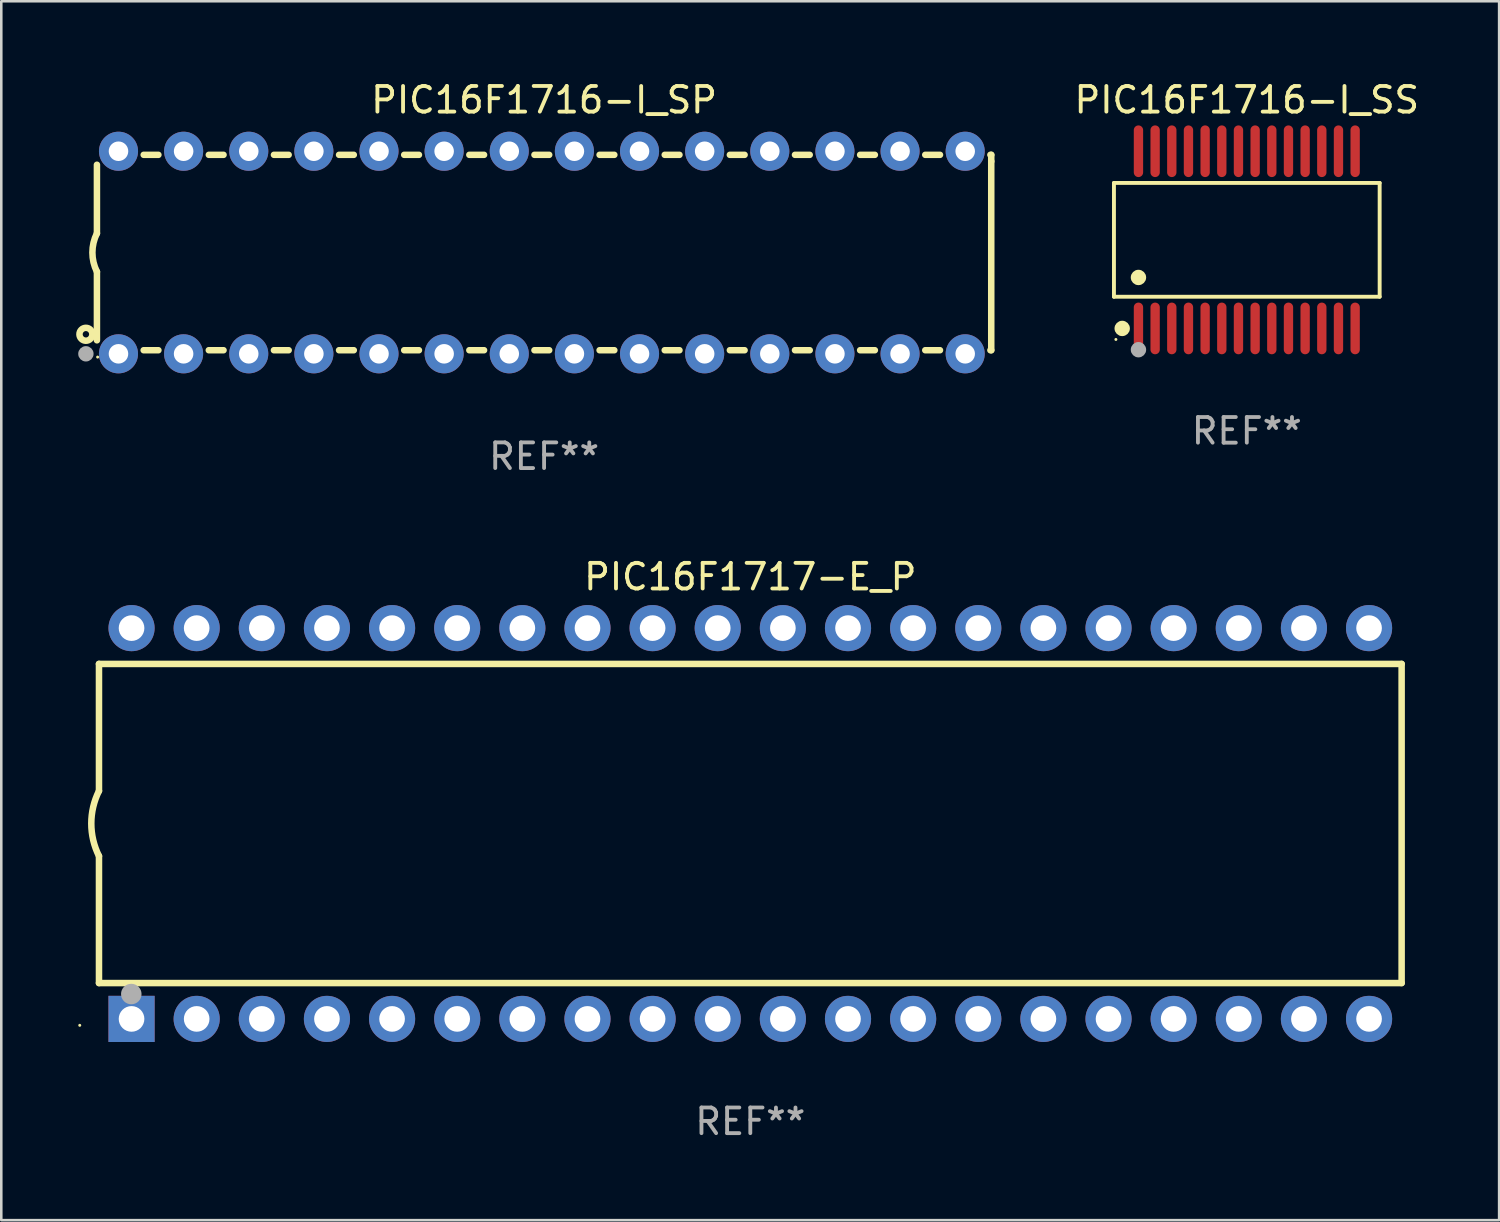
<source format=kicad_pcb>
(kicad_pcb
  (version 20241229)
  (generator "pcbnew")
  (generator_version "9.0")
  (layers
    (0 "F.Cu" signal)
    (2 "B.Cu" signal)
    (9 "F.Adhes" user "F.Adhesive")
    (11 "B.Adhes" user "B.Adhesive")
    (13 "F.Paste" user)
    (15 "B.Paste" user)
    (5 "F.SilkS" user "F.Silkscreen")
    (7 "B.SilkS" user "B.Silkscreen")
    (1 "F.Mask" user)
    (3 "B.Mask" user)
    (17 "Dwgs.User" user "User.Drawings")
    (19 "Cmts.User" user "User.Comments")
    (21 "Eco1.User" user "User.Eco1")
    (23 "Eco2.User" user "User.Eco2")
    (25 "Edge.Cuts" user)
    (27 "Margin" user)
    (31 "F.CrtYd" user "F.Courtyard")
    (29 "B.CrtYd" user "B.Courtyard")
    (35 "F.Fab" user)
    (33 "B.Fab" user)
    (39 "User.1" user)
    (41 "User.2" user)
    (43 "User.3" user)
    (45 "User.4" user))
  (footprint "PIC16F1716-I_SP"
    (layer "F.Cu")
    (at 18.168 6.798)
    (property "Reference" "PIC16F1716-I_SP" (at 0 -5.95 0) (layer "F.SilkS") (effects (font (size 1 1) (thickness 0.15))))
    (attr through_hole)
    (fp_line (start -17.438 0.75) (end -17.438 3.423) (stroke (width 0.254) (type solid)) (layer "F.SilkS"))
    (fp_line (start -17.438 -3.423) (end -17.438 -0.75) (stroke (width 0.254) (type solid)) (layer "F.SilkS"))
    (fp_line (start -15.615 3.81) (end -15.041 3.81) (stroke (width 0.254) (type solid)) (layer "F.SilkS"))
    (fp_line (start -15.041 -3.81) (end -15.614 -3.81) (stroke (width 0.254) (type solid)) (layer "F.SilkS"))
    (fp_line (start -13.075 3.81) (end -12.501 3.81) (stroke (width 0.254) (type solid)) (layer "F.SilkS"))
    (fp_line (start -12.501 -3.81) (end -13.074 -3.81) (stroke (width 0.254) (type solid)) (layer "F.SilkS"))
    (fp_line (start -10.535 3.81) (end -9.961 3.81) (stroke (width 0.254) (type solid)) (layer "F.SilkS"))
    (fp_line (start -9.961 -3.81) (end -10.534 -3.81) (stroke (width 0.254) (type solid)) (layer "F.SilkS"))
    (fp_line (start -7.995 3.81) (end -7.421 3.81) (stroke (width 0.254) (type solid)) (layer "F.SilkS"))
    (fp_line (start -7.421 -3.81) (end -7.995 -3.81) (stroke (width 0.254) (type solid)) (layer "F.SilkS"))
    (fp_line (start -5.455 3.81) (end -4.881 3.81) (stroke (width 0.254) (type solid)) (layer "F.SilkS"))
    (fp_line (start -4.881 -3.81) (end -5.455 -3.81) (stroke (width 0.254) (type solid)) (layer "F.SilkS"))
    (fp_line (start -2.915 3.81) (end -2.341 3.81) (stroke (width 0.254) (type solid)) (layer "F.SilkS"))
    (fp_line (start -2.341 -3.81) (end -2.915 -3.81) (stroke (width 0.254) (type solid)) (layer "F.SilkS"))
    (fp_line (start -0.375 3.81) (end 0.199 3.81) (stroke (width 0.254) (type solid)) (layer "F.SilkS"))
    (fp_line (start 0.199 -3.81) (end -0.375 -3.81) (stroke (width 0.254) (type solid)) (layer "F.SilkS"))
    (fp_line (start 2.165 3.81) (end 2.739 3.81) (stroke (width 0.254) (type solid)) (layer "F.SilkS"))
    (fp_line (start 2.739 -3.81) (end 2.165 -3.81) (stroke (width 0.254) (type solid)) (layer "F.SilkS"))
    (fp_line (start 4.705 3.81) (end 5.279 3.81) (stroke (width 0.254) (type solid)) (layer "F.SilkS"))
    (fp_line (start 5.279 -3.81) (end 4.705 -3.81) (stroke (width 0.254) (type solid)) (layer "F.SilkS"))
    (fp_line (start 7.245 3.81) (end 7.819 3.81) (stroke (width 0.254) (type solid)) (layer "F.SilkS"))
    (fp_line (start 7.819 -3.81) (end 7.245 -3.81) (stroke (width 0.254) (type solid)) (layer "F.SilkS"))
    (fp_line (start 9.785 3.81) (end 10.359 3.81) (stroke (width 0.254) (type solid)) (layer "F.SilkS"))
    (fp_line (start 10.359 -3.81) (end 9.785 -3.81) (stroke (width 0.254) (type solid)) (layer "F.SilkS"))
    (fp_line (start 12.325 3.81) (end 12.899 3.81) (stroke (width 0.254) (type solid)) (layer "F.SilkS"))
    (fp_line (start 12.899 -3.81) (end 12.325 -3.81) (stroke (width 0.254) (type solid)) (layer "F.SilkS"))
    (fp_line (start 14.865 3.81) (end 15.439 3.81) (stroke (width 0.254) (type solid)) (layer "F.SilkS"))
    (fp_line (start 15.439 -3.81) (end 14.865 -3.81) (stroke (width 0.254) (type solid)) (layer "F.SilkS"))
    (fp_line (start 17.405 3.81) (end 17.438 3.81) (stroke (width 0.254) (type solid)) (layer "F.SilkS"))
    (fp_line (start 17.438 -3.81) (end 17.405 -3.81) (stroke (width 0.254) (type solid)) (layer "F.SilkS"))
    (fp_line (start 17.438 -3.556) (end 17.438 -3.81) (stroke (width 0.254) (type solid)) (layer "F.SilkS"))
    (fp_line (start 17.438 3.81) (end 17.438 -3.556) (stroke (width 0.254) (type solid)) (layer "F.SilkS"))
    (fp_arc (start -17.437986 0.749657) (mid -17.614887 -0.000024) (end -17.437783 -0.749657) (stroke (width 0.254001) (type solid)) (layer "F.SilkS"))
    (fp_circle (center -17.868 3.188) (end -17.743 3.188) (stroke (width 0.254) (type solid)) (fill no) (layer "F.SilkS"))
    (fp_circle (center -17.411 4.077) (end -17.381 4.077) (stroke (width 0.06) (type solid)) (fill no) (layer "F.SilkS"))
    (fp_circle (center -17.868 3.95) (end -17.718 3.95) (stroke (width 0.3) (type solid)) (fill no) (layer "F.Fab"))
    (fp_text user "REF**" (at 0 7.95 0) (layer "F.Fab") (effects (font (size 1 1) (thickness 0.15))))
    (pad "1" thru_hole circle (at -16.598 3.95) (size 1.524 1.524) (drill 0.762) (layers "*.Cu" "*.Mask"))
    (pad "2" thru_hole circle (at -14.058 3.95) (size 1.524 1.524) (drill 0.762) (layers "*.Cu" "*.Mask"))
    (pad "3" thru_hole circle (at -11.518 3.95) (size 1.524 1.524) (drill 0.762) (layers "*.Cu" "*.Mask"))
    (pad "4" thru_hole circle (at -8.978 3.95) (size 1.524 1.524) (drill 0.762) (layers "*.Cu" "*.Mask"))
    (pad "5" thru_hole circle (at -6.438 3.95) (size 1.524 1.524) (drill 0.762) (layers "*.Cu" "*.Mask"))
    (pad "6" thru_hole circle (at -3.898 3.95) (size 1.524 1.524) (drill 0.762) (layers "*.Cu" "*.Mask"))
    (pad "7" thru_hole circle (at -1.358 3.95) (size 1.524 1.524) (drill 0.762) (layers "*.Cu" "*.Mask"))
    (pad "8" thru_hole circle (at 1.182 3.95) (size 1.524 1.524) (drill 0.762) (layers "*.Cu" "*.Mask"))
    (pad "9" thru_hole circle (at 3.722 3.95) (size 1.524 1.524) (drill 0.762) (layers "*.Cu" "*.Mask"))
    (pad "10" thru_hole circle (at 6.262 3.95) (size 1.524 1.524) (drill 0.762) (layers "*.Cu" "*.Mask"))
    (pad "11" thru_hole circle (at 8.802 3.95) (size 1.524 1.524) (drill 0.762) (layers "*.Cu" "*.Mask"))
    (pad "12" thru_hole circle (at 11.342 3.95) (size 1.524 1.524) (drill 0.762) (layers "*.Cu" "*.Mask"))
    (pad "13" thru_hole circle (at 13.882 3.95) (size 1.524 1.524) (drill 0.762) (layers "*.Cu" "*.Mask"))
    (pad "14" thru_hole circle (at 16.422 3.95) (size 1.524 1.524) (drill 0.762) (layers "*.Cu" "*.Mask"))
    (pad "15" thru_hole circle (at 16.422 -3.95) (size 1.524 1.524) (drill 0.762) (layers "*.Cu" "*.Mask"))
    (pad "16" thru_hole circle (at 13.882 -3.95) (size 1.524 1.524) (drill 0.762) (layers "*.Cu" "*.Mask"))
    (pad "17" thru_hole circle (at 11.342 -3.95) (size 1.524 1.524) (drill 0.762) (layers "*.Cu" "*.Mask"))
    (pad "18" thru_hole circle (at 8.802 -3.95) (size 1.524 1.524) (drill 0.762) (layers "*.Cu" "*.Mask"))
    (pad "19" thru_hole circle (at 6.262 -3.95) (size 1.524 1.524) (drill 0.762) (layers "*.Cu" "*.Mask"))
    (pad "20" thru_hole circle (at 3.722 -3.95) (size 1.524 1.524) (drill 0.762) (layers "*.Cu" "*.Mask"))
    (pad "21" thru_hole circle (at 1.182 -3.95) (size 1.524 1.524) (drill 0.762) (layers "*.Cu" "*.Mask"))
    (pad "22" thru_hole circle (at -1.358 -3.95) (size 1.524 1.524) (drill 0.762) (layers "*.Cu" "*.Mask"))
    (pad "23" thru_hole circle (at -3.898 -3.95) (size 1.524 1.524) (drill 0.762) (layers "*.Cu" "*.Mask"))
    (pad "24" thru_hole circle (at -6.438 -3.95) (size 1.524 1.524) (drill 0.762) (layers "*.Cu" "*.Mask"))
    (pad "25" thru_hole circle (at -8.978 -3.95) (size 1.524 1.524) (drill 0.762) (layers "*.Cu" "*.Mask"))
    (pad "26" thru_hole circle (at -11.517 -3.95) (size 1.524 1.524) (drill 0.762) (layers "*.Cu" "*.Mask"))
    (pad "27" thru_hole circle (at -14.057 -3.95) (size 1.524 1.524) (drill 0.762) (layers "*.Cu" "*.Mask"))
    (pad "28" thru_hole circle (at -16.597 -3.95) (size 1.524 1.524) (drill 0.762) (layers "*.Cu" "*.Mask")))
  (footprint "PIC16F1716-I_SS"
    (layer "F.Cu")
    (at 45.572 6.303)
    (property "Reference" "PIC16F1716-I_SS" (at 0 -5.455 0) (layer "F.SilkS") (effects (font (size 1 1) (thickness 0.15))))
    (attr through_hole)
    (fp_line (start -5.181 -2.219) (end 5.181 -2.219) (stroke (width 0.152) (type solid)) (layer "F.SilkS"))
    (fp_line (start -5.181 2.219) (end -5.181 -2.219) (stroke (width 0.152) (type solid)) (layer "F.SilkS"))
    (fp_line (start 5.181 -2.219) (end 5.181 2.219) (stroke (width 0.152) (type solid)) (layer "F.SilkS"))
    (fp_line (start 5.181 2.219) (end -5.181 2.219) (stroke (width 0.152) (type solid)) (layer "F.SilkS"))
    (fp_circle (center -5.105 3.885) (end -5.075 3.885) (stroke (width 0.06) (type solid)) (fill no) (layer "F.SilkS"))
    (fp_circle (center -4.859 3.455) (end -4.709 3.455) (stroke (width 0.3) (type solid)) (fill no) (layer "F.SilkS"))
    (fp_circle (center -4.225 1.467) (end -4.075 1.467) (stroke (width 0.3) (type solid)) (fill no) (layer "F.SilkS"))
    (fp_circle (center -4.225 4.285) (end -4.075 4.285) (stroke (width 0.3) (type solid)) (fill no) (layer "F.Fab"))
    (fp_text user "REF**" (at 0 7.455 0) (layer "F.Fab") (effects (font (size 1 1) (thickness 0.15))))
    (pad "1" smd oval (at -4.225 3.455) (size 0.364 2.015) (layers "F.Cu" "F.Mask" "F.Paste"))
    (pad "2" smd oval (at -3.575 3.455) (size 0.364 2.015) (layers "F.Cu" "F.Mask" "F.Paste"))
    (pad "3" smd oval (at -2.925 3.455) (size 0.364 2.015) (layers "F.Cu" "F.Mask" "F.Paste"))
    (pad "4" smd oval (at -2.275 3.455) (size 0.364 2.015) (layers "F.Cu" "F.Mask" "F.Paste"))
    (pad "5" smd oval (at -1.625 3.455) (size 0.364 2.015) (layers "F.Cu" "F.Mask" "F.Paste"))
    (pad "6" smd oval (at -0.975 3.455) (size 0.364 2.015) (layers "F.Cu" "F.Mask" "F.Paste"))
    (pad "7" smd oval (at -0.325 3.455) (size 0.364 2.015) (layers "F.Cu" "F.Mask" "F.Paste"))
    (pad "8" smd oval (at 0.325 3.455) (size 0.364 2.015) (layers "F.Cu" "F.Mask" "F.Paste"))
    (pad "9" smd oval (at 0.975 3.455) (size 0.364 2.015) (layers "F.Cu" "F.Mask" "F.Paste"))
    (pad "10" smd oval (at 1.625 3.455) (size 0.364 2.015) (layers "F.Cu" "F.Mask" "F.Paste"))
    (pad "11" smd oval (at 2.275 3.455) (size 0.364 2.015) (layers "F.Cu" "F.Mask" "F.Paste"))
    (pad "12" smd oval (at 2.925 3.455) (size 0.364 2.015) (layers "F.Cu" "F.Mask" "F.Paste"))
    (pad "13" smd oval (at 3.575 3.455) (size 0.364 2.015) (layers "F.Cu" "F.Mask" "F.Paste"))
    (pad "14" smd oval (at 4.225 3.455) (size 0.364 2.015) (layers "F.Cu" "F.Mask" "F.Paste"))
    (pad "15" smd oval (at 4.225 -3.455) (size 0.364 2.015) (layers "F.Cu" "F.Mask" "F.Paste"))
    (pad "16" smd oval (at 3.575 -3.455) (size 0.364 2.015) (layers "F.Cu" "F.Mask" "F.Paste"))
    (pad "17" smd oval (at 2.925 -3.455) (size 0.364 2.015) (layers "F.Cu" "F.Mask" "F.Paste"))
    (pad "18" smd oval (at 2.275 -3.455) (size 0.364 2.015) (layers "F.Cu" "F.Mask" "F.Paste"))
    (pad "19" smd oval (at 1.625 -3.455) (size 0.364 2.015) (layers "F.Cu" "F.Mask" "F.Paste"))
    (pad "20" smd oval (at 0.975 -3.455) (size 0.364 2.015) (layers "F.Cu" "F.Mask" "F.Paste"))
    (pad "21" smd oval (at 0.325 -3.455) (size 0.364 2.015) (layers "F.Cu" "F.Mask" "F.Paste"))
    (pad "22" smd oval (at -0.325 -3.455) (size 0.364 2.015) (layers "F.Cu" "F.Mask" "F.Paste"))
    (pad "23" smd oval (at -0.975 -3.455) (size 0.364 2.015) (layers "F.Cu" "F.Mask" "F.Paste"))
    (pad "24" smd oval (at -1.625 -3.455) (size 0.364 2.015) (layers "F.Cu" "F.Mask" "F.Paste"))
    (pad "25" smd oval (at -2.275 -3.455) (size 0.364 2.015) (layers "F.Cu" "F.Mask" "F.Paste"))
    (pad "26" smd oval (at -2.925 -3.455) (size 0.364 2.015) (layers "F.Cu" "F.Mask" "F.Paste"))
    (pad "27" smd oval (at -3.575 -3.455) (size 0.364 2.015) (layers "F.Cu" "F.Mask" "F.Paste"))
    (pad "28" smd oval (at -4.225 -3.455) (size 0.364 2.015) (layers "F.Cu" "F.Mask" "F.Paste")))
  (footprint "PIC16F1717-E_P"
    (layer "F.Cu")
    (at 26.21 29.065)
    (property "Reference" "PIC16F1717-E_P" (at 0 -9.62 0) (layer "F.SilkS") (effects (font (size 1 1) (thickness 0.15))))
    (attr through_hole)
    (fp_line (start -25.4 -6.224) (end -25.4 -1.271) (stroke (width 0.254) (type solid)) (layer "F.SilkS"))
    (fp_line (start -25.4 -6.224) (end 25.4 -6.224) (stroke (width 0.254) (type solid)) (layer "F.SilkS"))
    (fp_line (start -25.4 1.269) (end -25.4 6.222) (stroke (width 0.254) (type solid)) (layer "F.SilkS"))
    (fp_line (start -25.4 6.222) (end 25.4 6.222) (stroke (width 0.254) (type solid)) (layer "F.SilkS"))
    (fp_line (start 25.4 6.222) (end 25.4 -6.224) (stroke (width 0.254) (type solid)) (layer "F.SilkS"))
    (fp_arc (start -25.4 1.269241) (mid -25.699807 -0.000762) (end -25.4 -1.270765) (stroke (width 0.254001) (type solid)) (layer "F.SilkS"))
    (fp_circle (center -26.15 7.87) (end -26.12 7.87) (stroke (width 0.06) (type solid)) (fill no) (layer "F.SilkS"))
    (fp_circle (center -24.14 6.65) (end -23.94 6.65) (stroke (width 0.4) (type solid)) (fill no) (layer "F.Fab"))
    (fp_text user "REF**" (at 0 11.62 0) (layer "F.Fab") (effects (font (size 1 1) (thickness 0.15))))
    (pad "1" thru_hole rect (at -24.13 7.62 90) (size 1.8 1.8) (drill 1) (layers "*.Cu" "*.Mask"))
    (pad "2" thru_hole circle (at -21.59 7.62) (size 1.8 1.8) (drill 1) (layers "*.Cu" "*.Mask"))
    (pad "3" thru_hole circle (at -19.05 7.62) (size 1.8 1.8) (drill 1) (layers "*.Cu" "*.Mask"))
    (pad "4" thru_hole circle (at -16.51 7.62) (size 1.8 1.8) (drill 1) (layers "*.Cu" "*.Mask"))
    (pad "5" thru_hole circle (at -13.97 7.62) (size 1.8 1.8) (drill 1) (layers "*.Cu" "*.Mask"))
    (pad "6" thru_hole circle (at -11.43 7.62) (size 1.8 1.8) (drill 1) (layers "*.Cu" "*.Mask"))
    (pad "7" thru_hole circle (at -8.89 7.62) (size 1.8 1.8) (drill 1) (layers "*.Cu" "*.Mask"))
    (pad "8" thru_hole circle (at -6.35 7.62) (size 1.8 1.8) (drill 1) (layers "*.Cu" "*.Mask"))
    (pad "9" thru_hole circle (at -3.81 7.62) (size 1.8 1.8) (drill 1) (layers "*.Cu" "*.Mask"))
    (pad "10" thru_hole circle (at -1.27 7.62) (size 1.8 1.8) (drill 1) (layers "*.Cu" "*.Mask"))
    (pad "11" thru_hole circle (at 1.27 7.62) (size 1.8 1.8) (drill 1) (layers "*.Cu" "*.Mask"))
    (pad "12" thru_hole circle (at 3.81 7.62) (size 1.8 1.8) (drill 1) (layers "*.Cu" "*.Mask"))
    (pad "13" thru_hole circle (at 6.35 7.62) (size 1.8 1.8) (drill 1) (layers "*.Cu" "*.Mask"))
    (pad "14" thru_hole circle (at 8.89 7.62) (size 1.8 1.8) (drill 1) (layers "*.Cu" "*.Mask"))
    (pad "15" thru_hole circle (at 11.43 7.62) (size 1.8 1.8) (drill 1) (layers "*.Cu" "*.Mask"))
    (pad "16" thru_hole circle (at 13.97 7.62) (size 1.8 1.8) (drill 1) (layers "*.Cu" "*.Mask"))
    (pad "17" thru_hole circle (at 16.51 7.62) (size 1.8 1.8) (drill 1) (layers "*.Cu" "*.Mask"))
    (pad "18" thru_hole circle (at 19.05 7.62) (size 1.8 1.8) (drill 1) (layers "*.Cu" "*.Mask"))
    (pad "19" thru_hole circle (at 21.59 7.62) (size 1.8 1.8) (drill 1) (layers "*.Cu" "*.Mask"))
    (pad "20" thru_hole circle (at 24.13 7.62) (size 1.8 1.8) (drill 1) (layers "*.Cu" "*.Mask"))
    (pad "21" thru_hole circle (at 24.13 -7.62) (size 1.8 1.8) (drill 1) (layers "*.Cu" "*.Mask"))
    (pad "22" thru_hole circle (at 21.59 -7.62) (size 1.8 1.8) (drill 1) (layers "*.Cu" "*.Mask"))
    (pad "23" thru_hole circle (at 19.05 -7.62) (size 1.8 1.8) (drill 1) (layers "*.Cu" "*.Mask"))
    (pad "24" thru_hole circle (at 16.51 -7.62) (size 1.8 1.8) (drill 1) (layers "*.Cu" "*.Mask"))
    (pad "25" thru_hole circle (at 13.97 -7.62) (size 1.8 1.8) (drill 1) (layers "*.Cu" "*.Mask"))
    (pad "26" thru_hole circle (at 11.43 -7.62) (size 1.8 1.8) (drill 1) (layers "*.Cu" "*.Mask"))
    (pad "27" thru_hole circle (at 8.89 -7.62) (size 1.8 1.8) (drill 1) (layers "*.Cu" "*.Mask"))
    (pad "28" thru_hole circle (at 6.35 -7.62) (size 1.8 1.8) (drill 1) (layers "*.Cu" "*.Mask"))
    (pad "29" thru_hole circle (at 3.81 -7.62) (size 1.8 1.8) (drill 1) (layers "*.Cu" "*.Mask"))
    (pad "30" thru_hole circle (at 1.27 -7.62) (size 1.8 1.8) (drill 1) (layers "*.Cu" "*.Mask"))
    (pad "31" thru_hole circle (at -1.27 -7.62) (size 1.8 1.8) (drill 1) (layers "*.Cu" "*.Mask"))
    (pad "32" thru_hole circle (at -3.81 -7.62) (size 1.8 1.8) (drill 1) (layers "*.Cu" "*.Mask"))
    (pad "33" thru_hole circle (at -6.35 -7.62) (size 1.8 1.8) (drill 1) (layers "*.Cu" "*.Mask"))
    (pad "34" thru_hole circle (at -8.89 -7.62) (size 1.8 1.8) (drill 1) (layers "*.Cu" "*.Mask"))
    (pad "35" thru_hole circle (at -11.43 -7.62) (size 1.8 1.8) (drill 1) (layers "*.Cu" "*.Mask"))
    (pad "36" thru_hole circle (at -13.97 -7.62) (size 1.8 1.8) (drill 1) (layers "*.Cu" "*.Mask"))
    (pad "37" thru_hole circle (at -16.51 -7.62) (size 1.8 1.8) (drill 1) (layers "*.Cu" "*.Mask"))
    (pad "38" thru_hole circle (at -19.05 -7.62) (size 1.8 1.8) (drill 1) (layers "*.Cu" "*.Mask"))
    (pad "39" thru_hole circle (at -21.59 -7.62) (size 1.8 1.8) (drill 1) (layers "*.Cu" "*.Mask"))
    (pad "40" thru_hole circle (at -24.13 -7.62) (size 1.8 1.8) (drill 1) (layers "*.Cu" "*.Mask")))
  (gr_rect
    (start -3 -3)
    (end 55.412 44.533)
    (stroke (width 0.1) (type default))
    (fill no)
    (layer "Edge.Cuts")))
</source>
